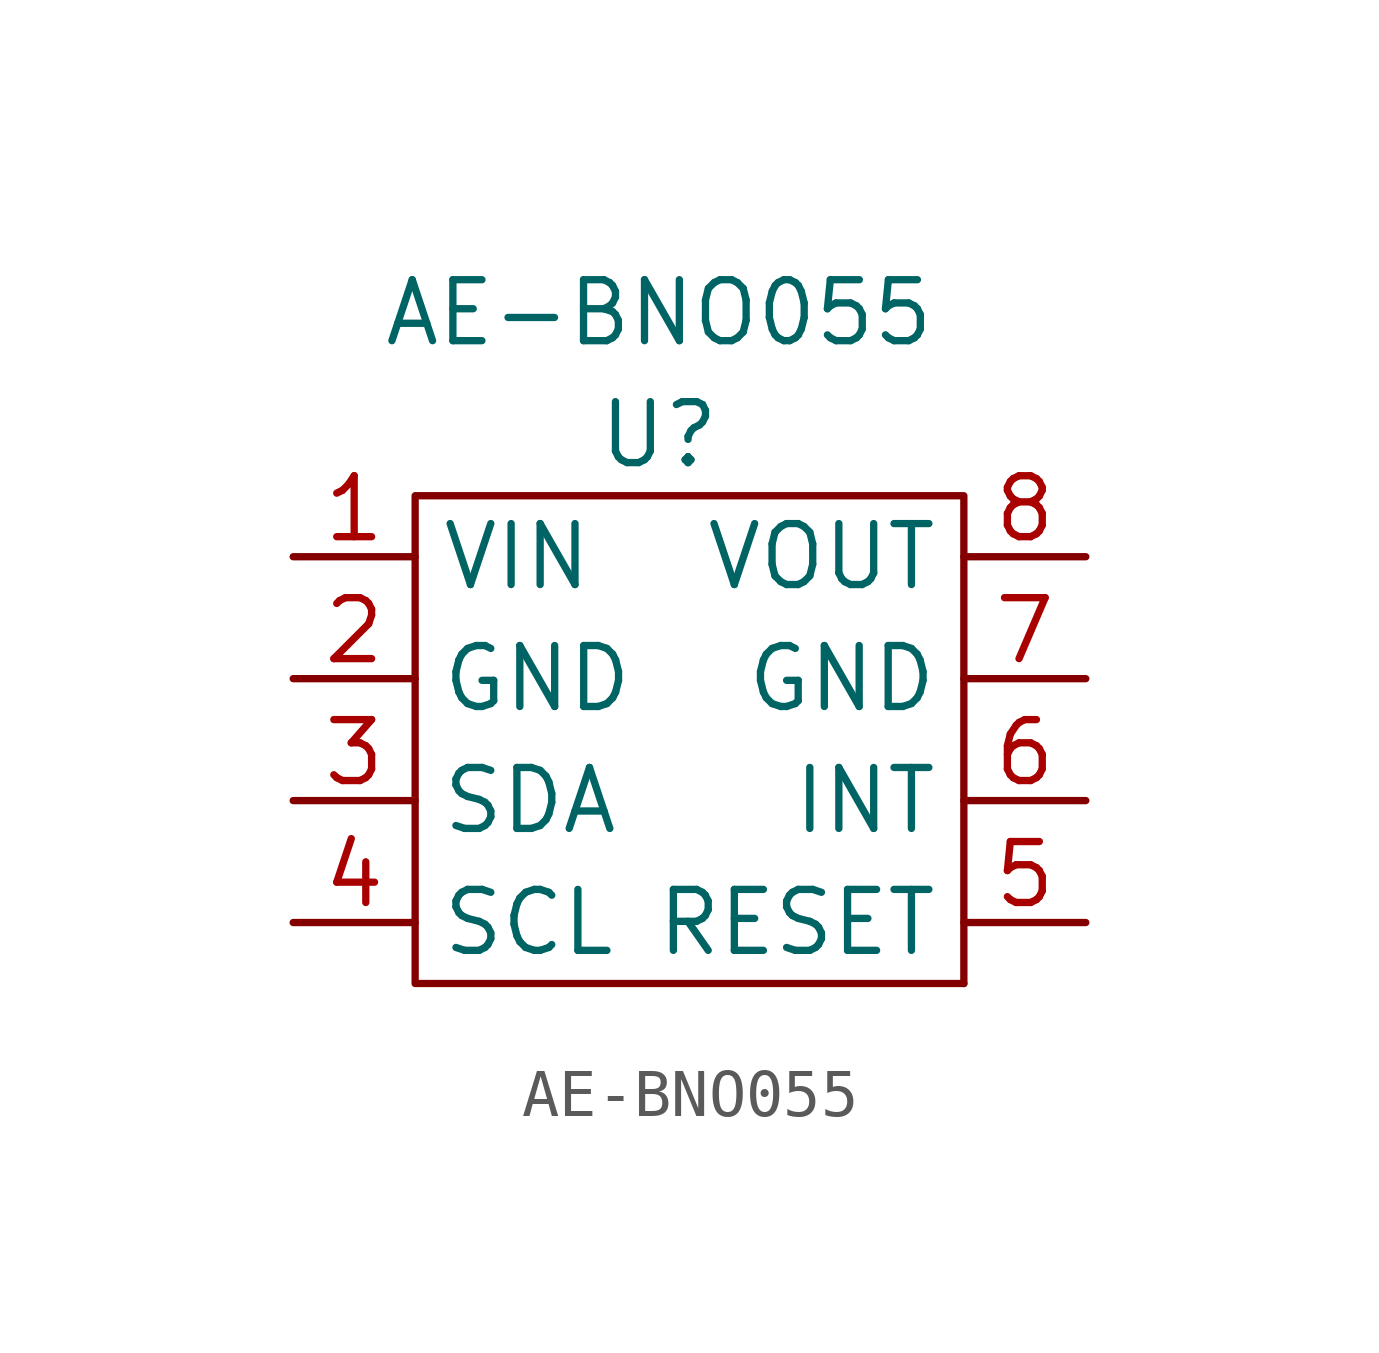
<source format=kicad_sym>
(kicad_symbol_lib
  (version 20211014)
  (generator kicad_symbol_editor)
  (symbol "AE-BNO055"
    (property "Reference" "U"
      (at 5.08 1.27 0)
      (effects (font (size 1.27 1.27))))
    (property "Value" "AE-BNO055"
      (at 5.08 3.81 0)
      (effects (font (size 1.27 1.27))))
    (symbol "AE-BNO055_0_1"
      (rectangle (start 0 0) (end 11.43 -10.16) (stroke (width 0) (type default) (color 0 0 0 0)) (fill (type none)))
      (rectangle (start 11.43 -10.16) (end 11.43 -10.16) (stroke (width 0) (type default) (color 0 0 0 0)) (fill (type none))))
    (symbol "AE-BNO055_1_1"
      (pin input line (at -2.54 -1.27 0) (length 2.54) (name "VIN" (effects (font (size 1.27 1.27)))) (number "1" (effects (font (size 1.27 1.27)))))
      (pin input line (at -2.54 -3.81 0) (length 2.54) (name "GND" (effects (font (size 1.27 1.27)))) (number "2" (effects (font (size 1.27 1.27)))))
      (pin input line (at -2.54 -6.35 0) (length 2.54) (name "SDA" (effects (font (size 1.27 1.27)))) (number "3" (effects (font (size 1.27 1.27)))))
      (pin input line (at -2.54 -8.89 0) (length 2.54) (name "SCL" (effects (font (size 1.27 1.27)))) (number "4" (effects (font (size 1.27 1.27)))))
      (pin input line (at 13.97 -8.89 180) (length 2.54) (name "RESET" (effects (font (size 1.27 1.27)))) (number "5" (effects (font (size 1.27 1.27)))))
      (pin input line (at 13.97 -6.35 180) (length 2.54) (name "INT" (effects (font (size 1.27 1.27)))) (number "6" (effects (font (size 1.27 1.27)))))
      (pin input line (at 13.97 -3.81 180) (length 2.54) (name "GND" (effects (font (size 1.27 1.27)))) (number "7" (effects (font (size 1.27 1.27)))))
      (pin input line (at 13.97 -1.27 180) (length 2.54) (name "VOUT" (effects (font (size 1.27 1.27)))) (number "8" (effects (font (size 1.27 1.27))))))))
</source>
